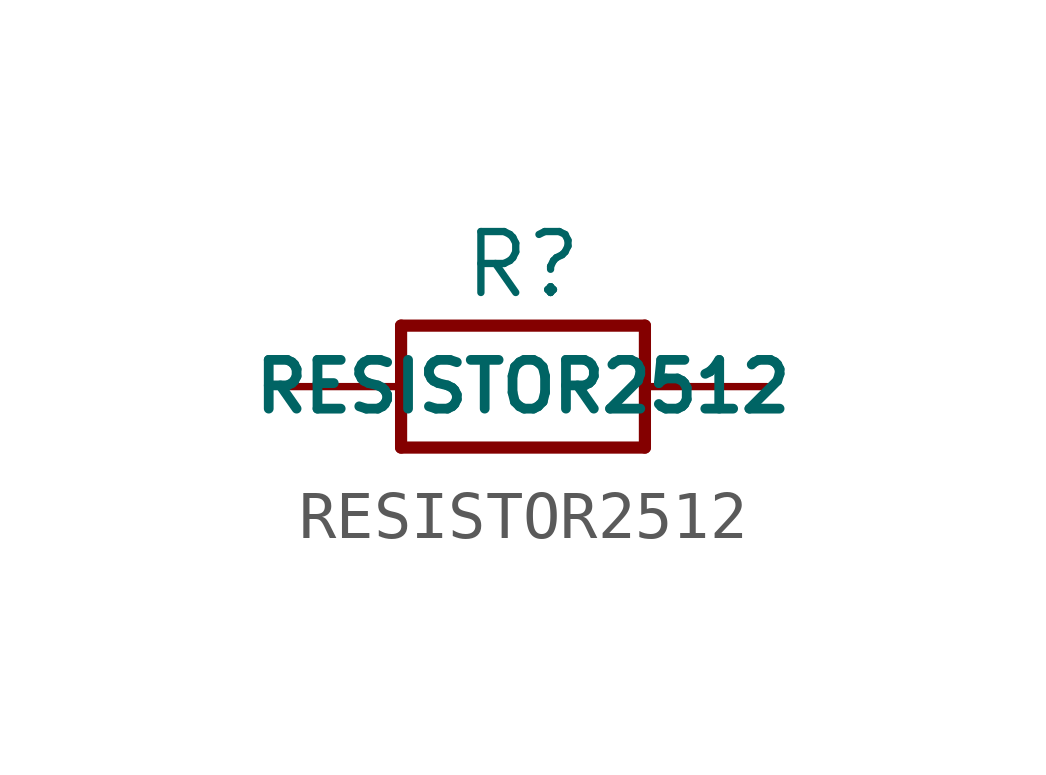
<source format=kicad_sym>
(kicad_symbol_lib
  (version 20201005)
  (generator kicad_symbol_editor)
  (symbol "RESISTOR2512"
    (property "Reference" "R"
      (at 0 2.54 0)
      (effects (font (size 1.27 1.27))))
    (property "Value" "RESISTOR2512"
      (at 0 0 0)
      (effects (font (size 1.016 1.016) bold)))
    (property "ki_locked" ""
      (at 0 0 0)
      (effects (font (size 1.27 1.27))))
    (symbol "RESISTOR2512_1_0"
      (polyline (pts (xy -2.54 -1.27) (xy -2.54 1.27)) (stroke (width 0.254)) (fill (type none)))
      (polyline (pts (xy -2.54 1.27) (xy 2.54 1.27)) (stroke (width 0.254)) (fill (type none)))
      (polyline (pts (xy 2.54 -1.27) (xy -2.54 -1.27)) (stroke (width 0.254)) (fill (type none)))
      (polyline (pts (xy 2.54 1.27) (xy 2.54 -1.27)) (stroke (width 0.254)) (fill (type none)))
      (pin passive line (at -5.08 0 0) (length 2.54) (name "1" (effects (font (size 0 0)))) (number "1" (effects (font (size 0 0)))))
      (pin passive line (at 5.08 0 180) (length 2.54) (name "2" (effects (font (size 0 0)))) (number "2" (effects (font (size 0 0))))))))
</source>
